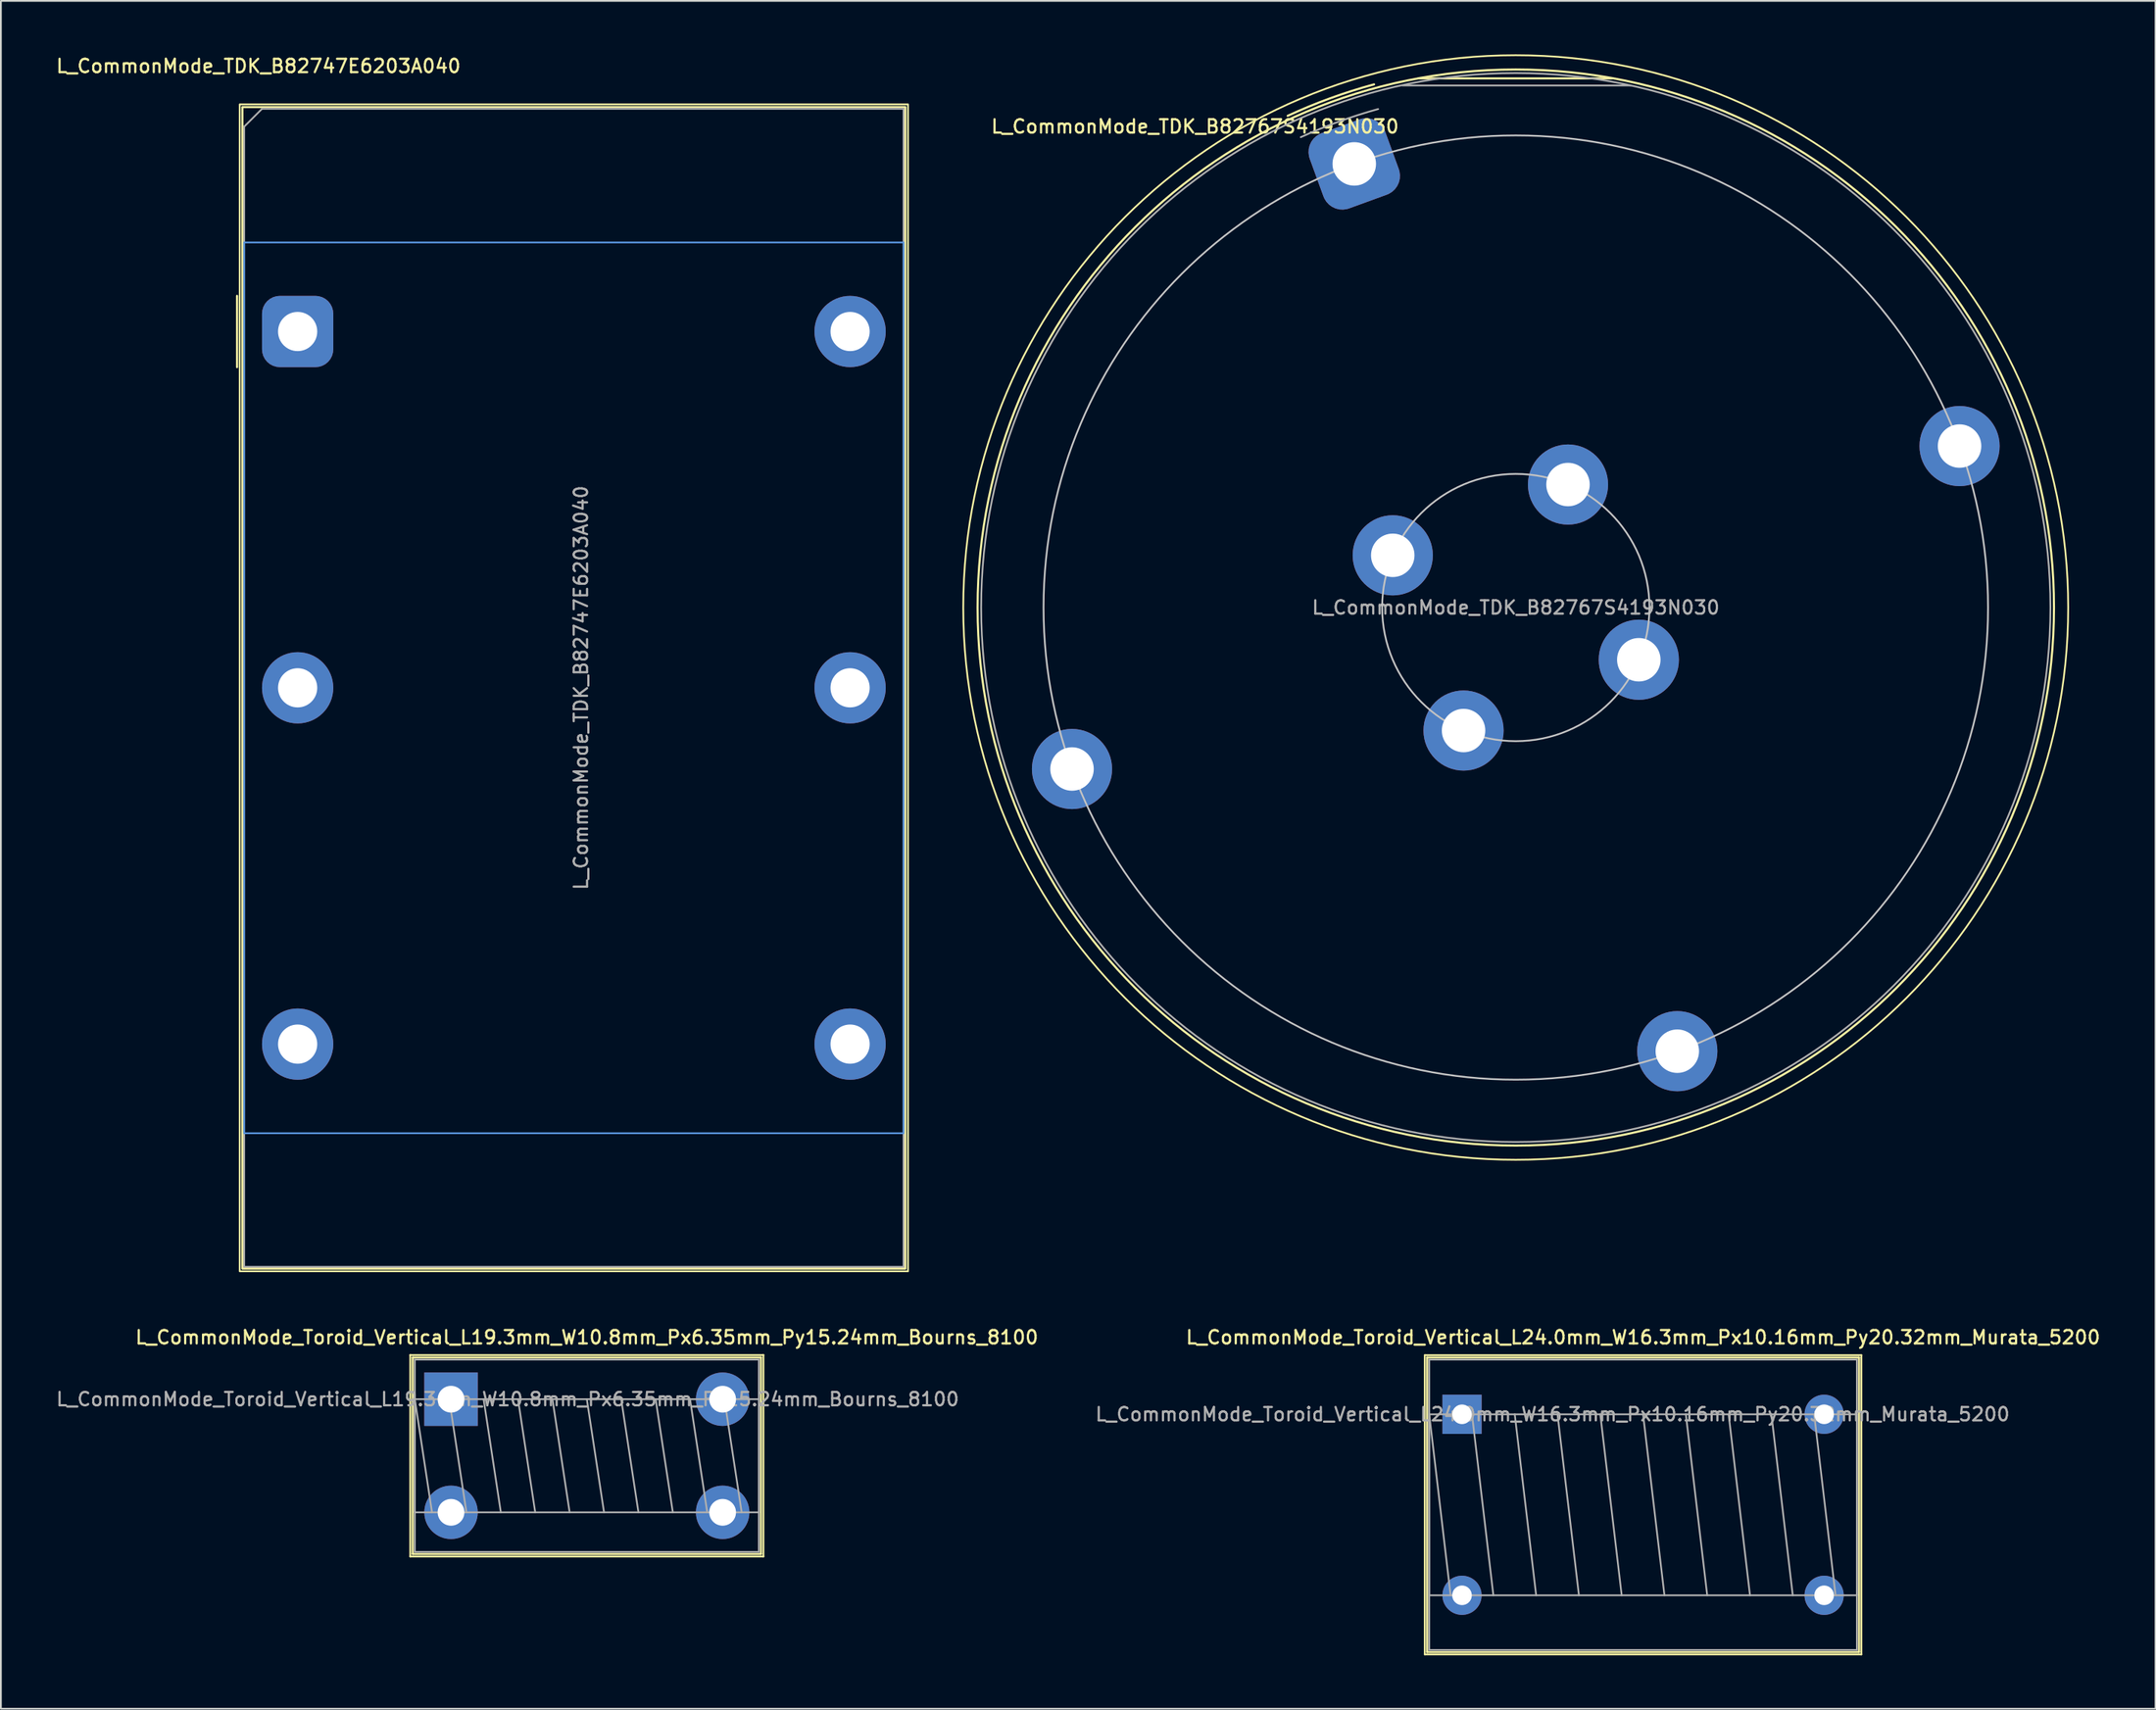
<source format=kicad_pcb>
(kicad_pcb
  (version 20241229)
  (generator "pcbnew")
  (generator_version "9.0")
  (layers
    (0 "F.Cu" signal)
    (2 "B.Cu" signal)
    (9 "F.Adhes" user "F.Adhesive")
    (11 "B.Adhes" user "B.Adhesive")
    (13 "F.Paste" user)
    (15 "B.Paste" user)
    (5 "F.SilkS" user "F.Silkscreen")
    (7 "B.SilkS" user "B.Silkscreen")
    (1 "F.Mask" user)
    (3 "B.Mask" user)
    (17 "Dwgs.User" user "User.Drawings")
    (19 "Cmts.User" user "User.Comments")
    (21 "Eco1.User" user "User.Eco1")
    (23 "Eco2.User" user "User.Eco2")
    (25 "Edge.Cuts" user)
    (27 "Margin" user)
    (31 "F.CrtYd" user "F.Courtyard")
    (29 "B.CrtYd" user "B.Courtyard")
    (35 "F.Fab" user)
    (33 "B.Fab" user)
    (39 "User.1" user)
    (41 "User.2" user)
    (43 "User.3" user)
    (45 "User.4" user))
  (footprint "L_CommonMode_TDK_B82767S4193N030"
    (layer "F.Cu")
    (at 72.942 6.15)
    (property "Reference" "L_CommonMode_TDK_B82767S4193N030" (at -8.936 -2.098 0) (layer "F.SilkS") (effects (font (size 0.75 0.75) (thickness 0.125))))
    (attr through_hole)
    (fp_line (start 3.6 -4.8) (end 14.5 -4.8) (stroke (width 0.12) (type default)) (layer "F.SilkS"))
    (fp_arc (start -3.736466 -2.698145) (mid -1.350566 -3.68392) (end 1.110315 -4.463878) (stroke (width 0.12) (type default)) (layer "F.SilkS"))
    (fp_circle (center 9.06 24.9) (end 40.06 24.9) (stroke (width 0.1) (type default)) (fill no) (layer "F.SilkS"))
    (fp_circle (center 9.064 24.902) (end 39.264 24.902) (stroke (width 0.12) (type default)) (fill no) (layer "F.SilkS"))
    (fp_circle (center 9.064 24.902) (end 16.564 24.902) (stroke (width 0.1) (type default)) (fill no) (layer "Dwgs.User"))
    (fp_circle (center 9.064 24.902) (end 35.564 24.902) (stroke (width 0.1) (type default)) (fill no) (layer "Dwgs.User"))
    (fp_line (start 15.5 -4.4) (end 2.7 -4.4) (stroke (width 0.1) (type default)) (layer "F.Fab"))
    (fp_arc (start -3 -1.499999) (mid -0.861384 -2.376025) (end 1.340145 -3.079139) (stroke (width 0.1) (type default)) (layer "F.Fab"))
    (fp_circle (center 9.064 24.902) (end 39.064 24.902) (stroke (width 0.1) (type default)) (fill no) (layer "F.Fab"))
    (fp_text user "${REFERENCE}" (at 9.064 24.902 0) (layer "F.Fab") (effects (font (size 0.75 0.75) (thickness 0.125))))
    (pad "1" thru_hole roundrect (at 0 0 20) (size 4.5 4.5) (drill 2.44) (layers "*.Cu" "*.Mask") (roundrect_rratio 0.25))
    (pad "2" thru_hole circle (at -15.838 33.965 20) (size 4.5 4.5) (drill 2.44) (layers "*.Cu" "*.Mask"))
    (pad "3" thru_hole circle (at 18.127 49.804 20) (size 4.5 4.5) (drill 2.44) (layers "*.Cu" "*.Mask"))
    (pad "4" thru_hole circle (at 33.965 15.838 20) (size 4.5 4.5) (drill 2.44) (layers "*.Cu" "*.Mask"))
    (pad "5" thru_hole circle (at 2.16 21.971 357) (size 4.5 4.5) (drill 2.44) (layers "*.Cu" "*.Mask"))
    (pad "6" thru_hole circle (at 6.133 31.806 357) (size 4.5 4.5) (drill 2.44) (layers "*.Cu" "*.Mask"))
    (pad "7" thru_hole circle (at 15.967 27.832 357) (size 4.5 4.5) (drill 2.44) (layers "*.Cu" "*.Mask"))
    (pad "8" thru_hole circle (at 11.994 17.998 357) (size 4.5 4.5) (drill 2.44) (layers "*.Cu" "*.Mask")))
  (footprint "L_CommonMode_Toroid_Vertical_L19.3mm_W10.8mm_Px6.35mm_Py15.24mm_Bourns_8100"
    (layer "F.Cu")
    (at 22.259 75.489)
    (property "Reference" "L_CommonMode_Toroid_Vertical_L19.3mm_W10.8mm_Px6.35mm_Py15.24mm_Bourns_8100" (at 7.62 -3.473 0) (layer "F.SilkS") (effects (font (size 0.75 0.75) (thickness 0.125))))
    (attr through_hole)
    (fp_line (start -2.29 -2.48) (end -2.29 8.83) (stroke (width 0.1) (type solid)) (layer "F.SilkS"))
    (fp_line (start -2.29 8.83) (end 17.53 8.83) (stroke (width 0.1) (type solid)) (layer "F.SilkS"))
    (fp_line (start -2.152 -2.343) (end -2.152 8.693) (stroke (width 0.12) (type solid)) (layer "F.SilkS"))
    (fp_line (start -2.152 -2.343) (end 17.392 -2.343) (stroke (width 0.12) (type solid)) (layer "F.SilkS"))
    (fp_line (start -2.152 8.693) (end 17.392 8.693) (stroke (width 0.12) (type solid)) (layer "F.SilkS"))
    (fp_line (start 17.392 -2.343) (end 17.392 8.693) (stroke (width 0.12) (type solid)) (layer "F.SilkS"))
    (fp_line (start 17.53 -2.48) (end -2.29 -2.48) (stroke (width 0.1) (type solid)) (layer "F.SilkS"))
    (fp_line (start 17.53 8.83) (end 17.53 -2.48) (stroke (width 0.1) (type solid)) (layer "F.SilkS"))
    (fp_line (start -2.032 -2.223) (end -2.032 8.572) (stroke (width 0.1) (type solid)) (layer "F.Fab"))
    (fp_line (start -2.032 0) (end -2.032 6.35) (stroke (width 0.1) (type solid)) (layer "F.Fab"))
    (fp_line (start -2.032 0) (end -1.067 6.35) (stroke (width 0.1) (type solid)) (layer "F.Fab"))
    (fp_line (start -2.032 6.35) (end 17.272 6.35) (stroke (width 0.1) (type solid)) (layer "F.Fab"))
    (fp_line (start -2.032 8.572) (end 17.272 8.572) (stroke (width 0.1) (type solid)) (layer "F.Fab"))
    (fp_line (start -0.102 0) (end 0.864 6.35) (stroke (width 0.1) (type solid)) (layer "F.Fab"))
    (fp_line (start 1.829 0) (end 2.794 6.35) (stroke (width 0.1) (type solid)) (layer "F.Fab"))
    (fp_line (start 3.759 0) (end 4.724 6.35) (stroke (width 0.1) (type solid)) (layer "F.Fab"))
    (fp_line (start 5.69 0) (end 6.655 6.35) (stroke (width 0.1) (type solid)) (layer "F.Fab"))
    (fp_line (start 7.62 0) (end 8.585 6.35) (stroke (width 0.1) (type solid)) (layer "F.Fab"))
    (fp_line (start 9.55 0) (end 10.516 6.35) (stroke (width 0.1) (type solid)) (layer "F.Fab"))
    (fp_line (start 11.481 0) (end 12.446 6.35) (stroke (width 0.1) (type solid)) (layer "F.Fab"))
    (fp_line (start 13.411 0) (end 14.376 6.35) (stroke (width 0.1) (type solid)) (layer "F.Fab"))
    (fp_line (start 15.342 0) (end 16.307 6.35) (stroke (width 0.1) (type solid)) (layer "F.Fab"))
    (fp_line (start 17.272 -2.223) (end -2.032 -2.223) (stroke (width 0.1) (type solid)) (layer "F.Fab"))
    (fp_line (start 17.272 0) (end -2.032 0) (stroke (width 0.1) (type solid)) (layer "F.Fab"))
    (fp_line (start 17.272 6.35) (end 17.272 0) (stroke (width 0.1) (type solid)) (layer "F.Fab"))
    (fp_line (start 17.272 8.572) (end 17.272 -2.223) (stroke (width 0.1) (type solid)) (layer "F.Fab"))
    (fp_text user "${REFERENCE}" (at 3.175 0 0) (layer "F.Fab") (effects (font (size 0.75 0.75) (thickness 0.125))))
    (pad "1" thru_hole rect (at 0 0) (size 3 3) (drill 1.5) (layers "*.Cu" "*.Mask"))
    (pad "2" thru_hole circle (at 0 6.35) (size 3 3) (drill 1.5) (layers "*.Cu" "*.Mask"))
    (pad "3" thru_hole circle (at 15.24 6.35) (size 3 3) (drill 1.5) (layers "*.Cu" "*.Mask"))
    (pad "4" thru_hole circle (at 15.24 0) (size 3 3) (drill 1.5) (layers "*.Cu" "*.Mask")))
  (footprint "L_CommonMode_Toroid_Vertical_L24.0mm_W16.3mm_Px10.16mm_Py20.32mm_Murata_5200"
    (layer "F.Cu")
    (at 78.988 76.336)
    (property "Reference" "L_CommonMode_Toroid_Vertical_L24.0mm_W16.3mm_Px10.16mm_Py20.32mm_Murata_5200" (at 10.16 -4.32 0) (layer "F.SilkS") (effects (font (size 0.75 0.75) (thickness 0.125))))
    (attr through_hole)
    (fp_line (start -2.09 -3.32) (end -2.09 13.48) (stroke (width 0.1) (type solid)) (layer "F.SilkS"))
    (fp_line (start -2.09 13.48) (end 22.41 13.48) (stroke (width 0.1) (type solid)) (layer "F.SilkS"))
    (fp_line (start -1.96 -3.19) (end -1.96 13.35) (stroke (width 0.12) (type solid)) (layer "F.SilkS"))
    (fp_line (start -1.96 -3.19) (end 22.28 -3.19) (stroke (width 0.12) (type solid)) (layer "F.SilkS"))
    (fp_line (start -1.96 13.35) (end 22.28 13.35) (stroke (width 0.12) (type solid)) (layer "F.SilkS"))
    (fp_line (start 22.28 -3.19) (end 22.28 13.35) (stroke (width 0.12) (type solid)) (layer "F.SilkS"))
    (fp_line (start 22.41 -3.32) (end -2.09 -3.32) (stroke (width 0.1) (type solid)) (layer "F.SilkS"))
    (fp_line (start 22.41 13.48) (end 22.41 -3.32) (stroke (width 0.1) (type solid)) (layer "F.SilkS"))
    (fp_line (start -1.84 -3.07) (end -1.84 13.23) (stroke (width 0.1) (type solid)) (layer "F.Fab"))
    (fp_line (start -1.84 0) (end -1.84 10.16) (stroke (width 0.1) (type solid)) (layer "F.Fab"))
    (fp_line (start -1.84 0) (end -0.64 10.16) (stroke (width 0.1) (type solid)) (layer "F.Fab"))
    (fp_line (start -1.84 10.16) (end 22.16 10.16) (stroke (width 0.1) (type solid)) (layer "F.Fab"))
    (fp_line (start -1.84 13.23) (end 22.16 13.23) (stroke (width 0.1) (type solid)) (layer "F.Fab"))
    (fp_line (start 0.56 0) (end 1.76 10.16) (stroke (width 0.1) (type solid)) (layer "F.Fab"))
    (fp_line (start 2.96 0) (end 4.16 10.16) (stroke (width 0.1) (type solid)) (layer "F.Fab"))
    (fp_line (start 5.36 0) (end 6.56 10.16) (stroke (width 0.1) (type solid)) (layer "F.Fab"))
    (fp_line (start 7.76 0) (end 8.96 10.16) (stroke (width 0.1) (type solid)) (layer "F.Fab"))
    (fp_line (start 10.16 0) (end 11.36 10.16) (stroke (width 0.1) (type solid)) (layer "F.Fab"))
    (fp_line (start 12.56 0) (end 13.76 10.16) (stroke (width 0.1) (type solid)) (layer "F.Fab"))
    (fp_line (start 14.96 0) (end 16.16 10.16) (stroke (width 0.1) (type solid)) (layer "F.Fab"))
    (fp_line (start 17.36 0) (end 18.56 10.16) (stroke (width 0.1) (type solid)) (layer "F.Fab"))
    (fp_line (start 19.76 0) (end 20.96 10.16) (stroke (width 0.1) (type solid)) (layer "F.Fab"))
    (fp_line (start 22.16 -3.07) (end -1.84 -3.07) (stroke (width 0.1) (type solid)) (layer "F.Fab"))
    (fp_line (start 22.16 0) (end -1.84 0) (stroke (width 0.1) (type solid)) (layer "F.Fab"))
    (fp_line (start 22.16 10.16) (end 22.16 0) (stroke (width 0.1) (type solid)) (layer "F.Fab"))
    (fp_line (start 22.16 13.23) (end 22.16 -3.07) (stroke (width 0.1) (type solid)) (layer "F.Fab"))
    (fp_text user "${REFERENCE}" (at 5.08 0 0) (layer "F.Fab") (effects (font (size 0.75 0.75) (thickness 0.125))))
    (pad "1" thru_hole rect (at 0 0) (size 2.2 2.2) (drill 1.1) (layers "*.Cu" "*.Mask"))
    (pad "2" thru_hole circle (at 0 10.16) (size 2.2 2.2) (drill 1.1) (layers "*.Cu" "*.Mask"))
    (pad "3" thru_hole circle (at 20.32 10.16) (size 2.2 2.2) (drill 1.1) (layers "*.Cu" "*.Mask"))
    (pad "4" thru_hole circle (at 20.32 0) (size 2.2 2.2) (drill 1.1) (layers "*.Cu" "*.Mask")))
  (footprint "L_CommonMode_TDK_B82747E6203A040"
    (layer "F.Cu")
    (at 13.652 15.558)
    (property "Reference" "L_CommonMode_TDK_B82747E6203A040" (at -2.2 -14.9 0) (layer "F.SilkS") (effects (font (size 0.75 0.75) (thickness 0.125))))
    (attr through_hole)
    (fp_line (start -3.4 -2) (end -3.4 2) (stroke (width 0.12) (type default)) (layer "F.SilkS"))
    (fp_rect (start -3.25 52.75) (end 34.25 -12.75) (stroke (width 0.1) (type default)) (fill no) (layer "F.SilkS"))
    (fp_rect (start -3.1 52.6) (end 34.1 -12.6) (stroke (width 0.12) (type default)) (fill no) (layer "F.SilkS"))
    (fp_rect (start -3 45) (end 34 -5) (stroke (width 0.1) (type default)) (fill no) (layer "Cmts.User"))
    (fp_line (start -3 -11.5) (end -3 52.5) (stroke (width 0.1) (type default)) (layer "F.Fab"))
    (fp_line (start -3 -11.5) (end -2 -12.5) (stroke (width 0.1) (type default)) (layer "F.Fab"))
    (fp_line (start -3 52.5) (end 34 52.5) (stroke (width 0.1) (type default)) (layer "F.Fab"))
    (fp_line (start 34 -12.5) (end -2 -12.5) (stroke (width 0.1) (type default)) (layer "F.Fab"))
    (fp_line (start 34 -12.5) (end 34 52.5) (stroke (width 0.1) (type default)) (layer "F.Fab"))
    (fp_text user "${REFERENCE}" (at 15.9 20 90) (layer "F.Fab") (effects (font (size 0.75 0.75) (thickness 0.125))))
    (pad "1" thru_hole roundrect (at 0 0 90) (size 4 4) (drill 2.2) (layers "*.Cu" "*.Mask") (roundrect_rratio 0.25))
    (pad "2" thru_hole circle (at 0 20 90) (size 4 4) (drill 2.2) (layers "*.Cu" "*.Mask"))
    (pad "3" thru_hole circle (at 0 40 90) (size 4 4) (drill 2.2) (layers "*.Cu" "*.Mask"))
    (pad "4" thru_hole circle (at 31 40 90) (size 4 4) (drill 2.2) (layers "*.Cu" "*.Mask"))
    (pad "5" thru_hole circle (at 31 20 90) (size 4 4) (drill 2.2) (layers "*.Cu" "*.Mask"))
    (pad "6" thru_hole circle (at 31 0 90) (size 4 4) (drill 2.2) (layers "*.Cu" "*.Mask")))
  (gr_rect
    (start -3 -3)
    (end 117.904 92.866)
    (stroke (width 0.1) (type default))
    (fill no)
    (layer "Edge.Cuts")))
</source>
